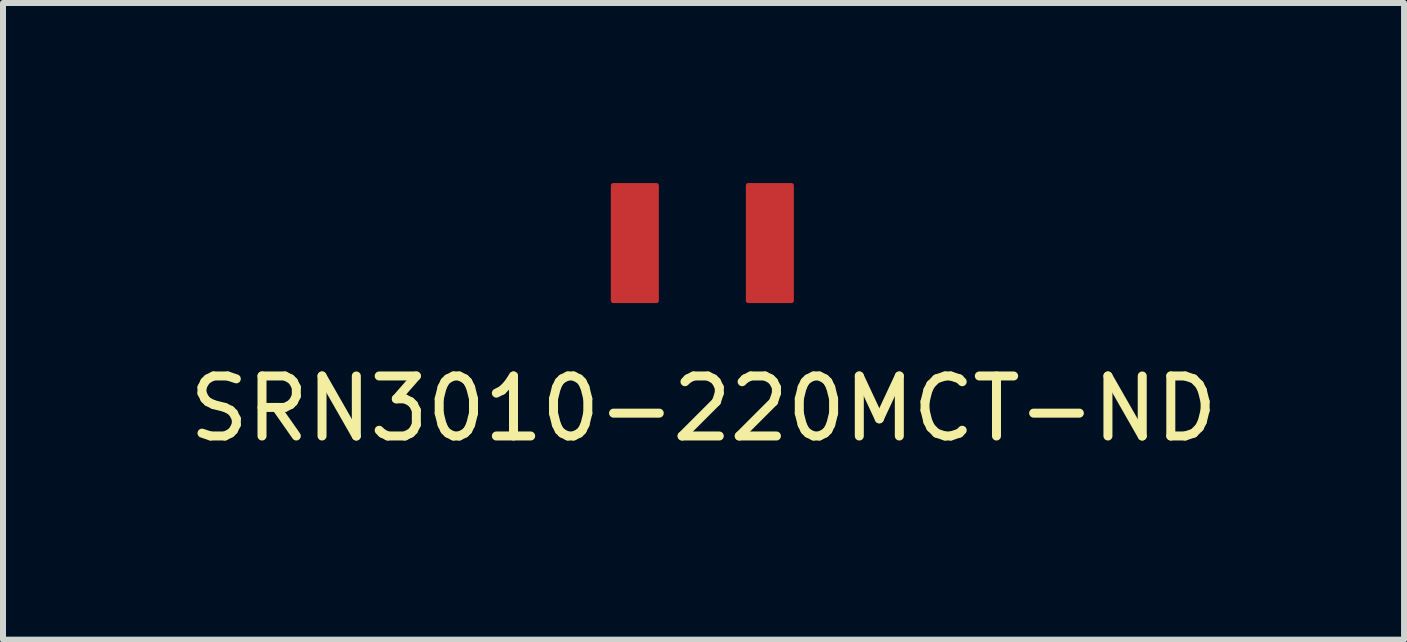
<source format=kicad_pcb>
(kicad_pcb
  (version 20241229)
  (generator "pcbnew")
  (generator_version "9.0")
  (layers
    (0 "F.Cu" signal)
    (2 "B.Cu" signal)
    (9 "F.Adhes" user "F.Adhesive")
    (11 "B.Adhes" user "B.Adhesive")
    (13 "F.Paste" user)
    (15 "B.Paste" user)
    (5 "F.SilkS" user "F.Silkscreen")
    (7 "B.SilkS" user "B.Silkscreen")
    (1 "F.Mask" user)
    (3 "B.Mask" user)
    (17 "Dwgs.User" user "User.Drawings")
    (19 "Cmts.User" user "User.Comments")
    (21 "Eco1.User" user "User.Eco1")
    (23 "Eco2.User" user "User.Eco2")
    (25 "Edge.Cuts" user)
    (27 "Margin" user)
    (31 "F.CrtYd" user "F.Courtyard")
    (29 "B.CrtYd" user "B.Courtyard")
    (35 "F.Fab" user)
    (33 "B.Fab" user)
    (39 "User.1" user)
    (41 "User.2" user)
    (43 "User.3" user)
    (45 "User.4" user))
  (footprint "SRN3010-220MCT-ND"
    (layer "F.Cu")
    (at 8.653 1)
    (property "Reference" "SRN3010-220MCT-ND" (at 0.02 2.76 0) (layer "F.SilkS") (effects (font (size 1 1) (thickness 0.15))))
    (attr through_hole)
    (pad "1" smd roundrect (at 1.125 0) (size 0.8 2) (layers "F.Cu" "F.Mask" "F.Paste") (roundrect_rratio 0.05))
    (pad "2" smd roundrect (at -1.125 0) (size 0.8 2) (layers "F.Cu" "F.Mask" "F.Paste") (roundrect_rratio 0.05)))
  (gr_rect
    (start -3 -3)
    (end 20.345 7.608)
    (stroke (width 0.1) (type default))
    (fill no)
    (layer "Edge.Cuts")))
</source>
